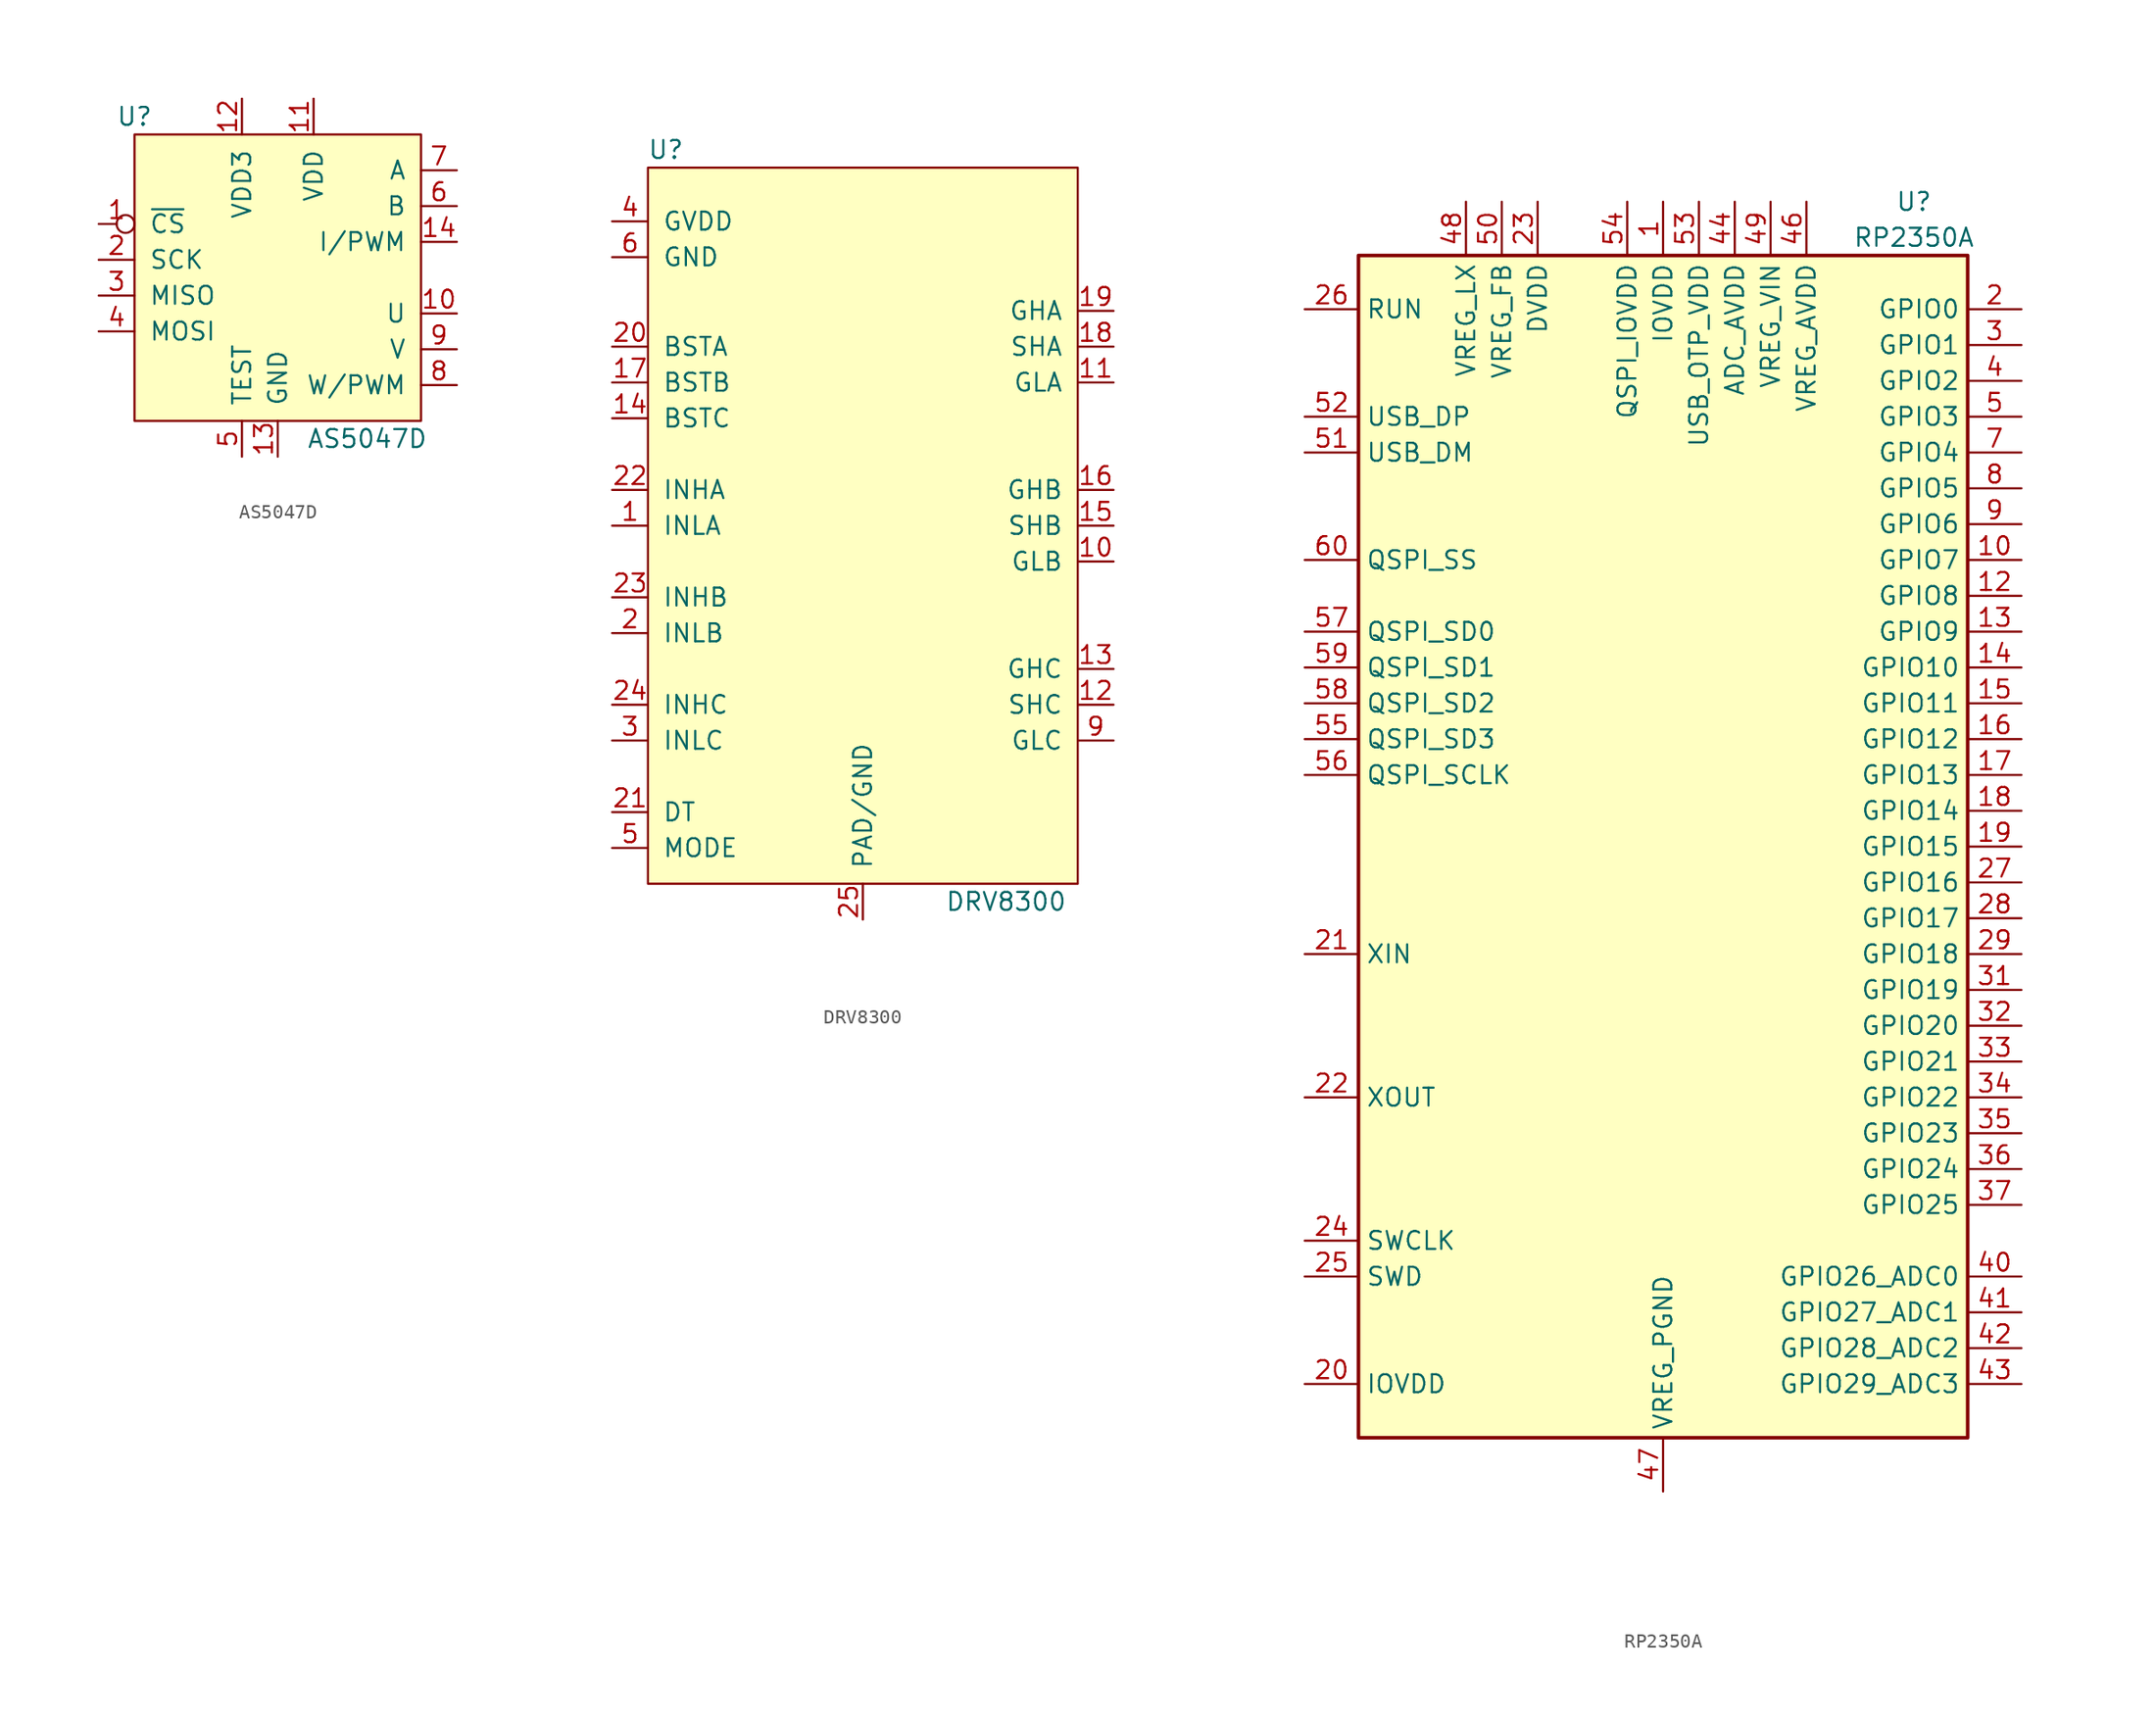
<source format=kicad_sym>
(kicad_symbol_lib
  (version 20231120)
  (generator "kicad_symbol_editor")
  (generator_version "8.0")
  (symbol "AS5047D"
    (pin_names
      (offset 1.016))
    (property "Reference" "U"
      (at -10.16 11.43 0)
      (effects (font (size 1.27 1.27))))
    (property "Value" "AS5047D"
      (at 6.35 -11.43 0)
      (effects (font (size 1.27 1.27))))
    (symbol "AS5047D_0_1"
      (rectangle (start -10.16 10.16) (end 10.16 -10.16) (stroke (width 0) (type default)) (fill (type background))))
    (symbol "AS5047D_1_1"
      (pin input inverted (at -12.7 3.81 0) (length 2.54) (name "~{CS}" (effects (font (size 1.27 1.27)))) (number "1" (effects (font (size 1.27 1.27)))))
      (pin output line (at 12.7 -2.54 180) (length 2.54) (name "U" (effects (font (size 1.27 1.27)))) (number "10" (effects (font (size 1.27 1.27)))))
      (pin power_in line (at 2.54 12.7 270) (length 2.54) (name "VDD" (effects (font (size 1.27 1.27)))) (number "11" (effects (font (size 1.27 1.27)))))
      (pin power_in line (at -2.54 12.7 270) (length 2.54) (name "VDD3" (effects (font (size 1.27 1.27)))) (number "12" (effects (font (size 1.27 1.27)))))
      (pin power_in line (at 0 -12.7 90) (length 2.54) (name "GND" (effects (font (size 1.27 1.27)))) (number "13" (effects (font (size 1.27 1.27)))))
      (pin output line (at 12.7 2.54 180) (length 2.54) (name "I/PWM" (effects (font (size 1.27 1.27)))) (number "14" (effects (font (size 1.27 1.27)))))
      (pin input line (at -12.7 1.27 0) (length 2.54) (name "SCK" (effects (font (size 1.27 1.27)))) (number "2" (effects (font (size 1.27 1.27)))))
      (pin output line (at -12.7 -1.27 0) (length 2.54) (name "MISO" (effects (font (size 1.27 1.27)))) (number "3" (effects (font (size 1.27 1.27)))))
      (pin input line (at -12.7 -3.81 0) (length 2.54) (name "MOSI" (effects (font (size 1.27 1.27)))) (number "4" (effects (font (size 1.27 1.27)))))
      (pin bidirectional line (at -2.54 -12.7 90) (length 2.54) (name "TEST" (effects (font (size 1.27 1.27)))) (number "5" (effects (font (size 1.27 1.27)))))
      (pin output line (at 12.7 5.08 180) (length 2.54) (name "B" (effects (font (size 1.27 1.27)))) (number "6" (effects (font (size 1.27 1.27)))))
      (pin output line (at 12.7 7.62 180) (length 2.54) (name "A" (effects (font (size 1.27 1.27)))) (number "7" (effects (font (size 1.27 1.27)))))
      (pin input line (at 12.7 -7.62 180) (length 2.54) (name "W/PWM" (effects (font (size 1.27 1.27)))) (number "8" (effects (font (size 1.27 1.27)))))
      (pin output line (at 12.7 -5.08 180) (length 2.54) (name "V" (effects (font (size 1.27 1.27)))) (number "9" (effects (font (size 1.27 1.27)))))))
  (symbol "DRV8300"
    (pin_names
      (offset 1.016))
    (property "Reference" "U"
      (at -13.97 26.67 0)
      (effects (font (size 1.27 1.27))))
    (property "Value" "DRV8300"
      (at 10.16 -26.67 0)
      (effects (font (size 1.27 1.27))))
    (symbol "DRV8300_0_0"
      (pin input line (at -17.78 0 0) (length 2.54) (name "INLA" (effects (font (size 1.27 1.27)))) (number "1" (effects (font (size 1.27 1.27)))))
      (pin power_out line (at 17.78 -2.54 180) (length 2.54) (name "GLB" (effects (font (size 1.27 1.27)))) (number "10" (effects (font (size 1.27 1.27)))))
      (pin power_out line (at 17.78 10.16 180) (length 2.54) (name "GLA" (effects (font (size 1.27 1.27)))) (number "11" (effects (font (size 1.27 1.27)))))
      (pin input line (at 17.78 -12.7 180) (length 2.54) (name "SHC" (effects (font (size 1.27 1.27)))) (number "12" (effects (font (size 1.27 1.27)))))
      (pin power_out line (at 17.78 -10.16 180) (length 2.54) (name "GHC" (effects (font (size 1.27 1.27)))) (number "13" (effects (font (size 1.27 1.27)))))
      (pin power_out line (at -17.78 7.62 0) (length 2.54) (name "BSTC" (effects (font (size 1.27 1.27)))) (number "14" (effects (font (size 1.27 1.27)))))
      (pin input line (at 17.78 0 180) (length 2.54) (name "SHB" (effects (font (size 1.27 1.27)))) (number "15" (effects (font (size 1.27 1.27)))))
      (pin power_out line (at 17.78 2.54 180) (length 2.54) (name "GHB" (effects (font (size 1.27 1.27)))) (number "16" (effects (font (size 1.27 1.27)))))
      (pin power_out line (at -17.78 10.16 0) (length 2.54) (name "BSTB" (effects (font (size 1.27 1.27)))) (number "17" (effects (font (size 1.27 1.27)))))
      (pin input line (at 17.78 12.7 180) (length 2.54) (name "SHA" (effects (font (size 1.27 1.27)))) (number "18" (effects (font (size 1.27 1.27)))))
      (pin power_out line (at 17.78 15.24 180) (length 2.54) (name "GHA" (effects (font (size 1.27 1.27)))) (number "19" (effects (font (size 1.27 1.27)))))
      (pin input line (at -17.78 -7.62 0) (length 2.54) (name "INLB" (effects (font (size 1.27 1.27)))) (number "2" (effects (font (size 1.27 1.27)))))
      (pin power_out line (at -17.78 12.7 0) (length 2.54) (name "BSTA" (effects (font (size 1.27 1.27)))) (number "20" (effects (font (size 1.27 1.27)))))
      (pin input line (at -17.78 -20.32 0) (length 2.54) (name "DT" (effects (font (size 1.27 1.27)))) (number "21" (effects (font (size 1.27 1.27)))))
      (pin input line (at -17.78 2.54 0) (length 2.54) (name "INHA" (effects (font (size 1.27 1.27)))) (number "22" (effects (font (size 1.27 1.27)))))
      (pin input line (at -17.78 -5.08 0) (length 2.54) (name "INHB" (effects (font (size 1.27 1.27)))) (number "23" (effects (font (size 1.27 1.27)))))
      (pin input line (at -17.78 -12.7 0) (length 2.54) (name "INHC" (effects (font (size 1.27 1.27)))) (number "24" (effects (font (size 1.27 1.27)))))
      (pin power_in line (at 0 -27.94 90) (length 2.54) (name "PAD/GND" (effects (font (size 1.27 1.27)))) (number "25" (effects (font (size 1.27 1.27)))))
      (pin input line (at -17.78 -15.24 0) (length 2.54) (name "INLC" (effects (font (size 1.27 1.27)))) (number "3" (effects (font (size 1.27 1.27)))))
      (pin power_out line (at -17.78 21.59 0) (length 2.54) (name "GVDD" (effects (font (size 1.27 1.27)))) (number "4" (effects (font (size 1.27 1.27)))))
      (pin input line (at -17.78 -22.86 0) (length 2.54) (name "MODE" (effects (font (size 1.27 1.27)))) (number "5" (effects (font (size 1.27 1.27)))))
      (pin power_in line (at -17.78 19.05 0) (length 2.54) (name "GND" (effects (font (size 1.27 1.27)))) (number "6" (effects (font (size 1.27 1.27)))))
      (pin no_connect line (at -8.89 -25.4 270) (length 2.54) hide (name "NC" (effects (font (size 1.27 1.27)))) (number "7" (effects (font (size 1.27 1.27)))))
      (pin no_connect line (at -6.35 -25.4 270) (length 2.54) hide (name "NC" (effects (font (size 1.27 1.27)))) (number "8" (effects (font (size 1.27 1.27)))))
      (pin power_out line (at 17.78 -15.24 180) (length 2.54) (name "GLC" (effects (font (size 1.27 1.27)))) (number "9" (effects (font (size 1.27 1.27))))))
    (symbol "DRV8300_0_1"
      (rectangle (start -15.24 25.4) (end 15.24 -25.4) (stroke (width 0) (type default)) (fill (type background)))))
  (symbol "RP2350A"
    (property "Reference" "U"
      (at 17.78 45.72 0)
      (effects (font (size 1.27 1.27))))
    (property "Value" "RP2350A"
      (at 17.78 43.18 0)
      (effects (font (size 1.27 1.27))))
    (symbol "RP2350A_0_1"
      (rectangle (start -21.59 41.91) (end 21.59 -41.91) (stroke (width 0.254) (type default)) (fill (type background))))
    (symbol "RP2350A_1_1"
      (pin power_in line (at 0 45.72 270) (length 3.81) (name "IOVDD" (effects (font (size 1.27 1.27)))) (number "1" (effects (font (size 1.27 1.27)))))
      (pin bidirectional line (at 25.4 20.32 180) (length 3.81) (name "GPIO7" (effects (font (size 1.27 1.27)))) (number "10" (effects (font (size 1.27 1.27)))))
      (pin passive line (at 0 45.72 270) (length 3.81) hide (name "IOVDD" (effects (font (size 1.27 1.27)))) (number "11" (effects (font (size 1.27 1.27)))))
      (pin bidirectional line (at 25.4 17.78 180) (length 3.81) (name "GPIO8" (effects (font (size 1.27 1.27)))) (number "12" (effects (font (size 1.27 1.27)))))
      (pin bidirectional line (at 25.4 15.24 180) (length 3.81) (name "GPIO9" (effects (font (size 1.27 1.27)))) (number "13" (effects (font (size 1.27 1.27)))))
      (pin bidirectional line (at 25.4 12.7 180) (length 3.81) (name "GPIO10" (effects (font (size 1.27 1.27)))) (number "14" (effects (font (size 1.27 1.27)))))
      (pin bidirectional line (at 25.4 10.16 180) (length 3.81) (name "GPIO11" (effects (font (size 1.27 1.27)))) (number "15" (effects (font (size 1.27 1.27)))))
      (pin bidirectional line (at 25.4 7.62 180) (length 3.81) (name "GPIO12" (effects (font (size 1.27 1.27)))) (number "16" (effects (font (size 1.27 1.27)))))
      (pin bidirectional line (at 25.4 5.08 180) (length 3.81) (name "GPIO13" (effects (font (size 1.27 1.27)))) (number "17" (effects (font (size 1.27 1.27)))))
      (pin bidirectional line (at 25.4 2.54 180) (length 3.81) (name "GPIO14" (effects (font (size 1.27 1.27)))) (number "18" (effects (font (size 1.27 1.27)))))
      (pin bidirectional line (at 25.4 0 180) (length 3.81) (name "GPIO15" (effects (font (size 1.27 1.27)))) (number "19" (effects (font (size 1.27 1.27)))))
      (pin bidirectional line (at 25.4 38.1 180) (length 3.81) (name "GPIO0" (effects (font (size 1.27 1.27)))) (number "2" (effects (font (size 1.27 1.27)))))
      (pin passive line (at -25.4 -38.1 0) (length 3.81) (name "IOVDD" (effects (font (size 1.27 1.27)))) (number "20" (effects (font (size 1.27 1.27)))))
      (pin input line (at -25.4 -7.62 0) (length 3.81) (name "XIN" (effects (font (size 1.27 1.27)))) (number "21" (effects (font (size 1.27 1.27)))))
      (pin passive line (at -25.4 -17.78 0) (length 3.81) (name "XOUT" (effects (font (size 1.27 1.27)))) (number "22" (effects (font (size 1.27 1.27)))))
      (pin power_in line (at -8.89 45.72 270) (length 3.81) (name "DVDD" (effects (font (size 1.27 1.27)))) (number "23" (effects (font (size 1.27 1.27)))))
      (pin input line (at -25.4 -27.94 0) (length 3.81) (name "SWCLK" (effects (font (size 1.27 1.27)))) (number "24" (effects (font (size 1.27 1.27)))))
      (pin bidirectional line (at -25.4 -30.48 0) (length 3.81) (name "SWD" (effects (font (size 1.27 1.27)))) (number "25" (effects (font (size 1.27 1.27)))))
      (pin input line (at -25.4 38.1 0) (length 3.81) (name "RUN" (effects (font (size 1.27 1.27)))) (number "26" (effects (font (size 1.27 1.27)))))
      (pin bidirectional line (at 25.4 -2.54 180) (length 3.81) (name "GPIO16" (effects (font (size 1.27 1.27)))) (number "27" (effects (font (size 1.27 1.27)))))
      (pin bidirectional line (at 25.4 -5.08 180) (length 3.81) (name "GPIO17" (effects (font (size 1.27 1.27)))) (number "28" (effects (font (size 1.27 1.27)))))
      (pin bidirectional line (at 25.4 -7.62 180) (length 3.81) (name "GPIO18" (effects (font (size 1.27 1.27)))) (number "29" (effects (font (size 1.27 1.27)))))
      (pin bidirectional line (at 25.4 35.56 180) (length 3.81) (name "GPIO1" (effects (font (size 1.27 1.27)))) (number "3" (effects (font (size 1.27 1.27)))))
      (pin passive line (at 0 45.72 270) (length 3.81) hide (name "IOVDD" (effects (font (size 1.27 1.27)))) (number "30" (effects (font (size 1.27 1.27)))))
      (pin bidirectional line (at 25.4 -10.16 180) (length 3.81) (name "GPIO19" (effects (font (size 1.27 1.27)))) (number "31" (effects (font (size 1.27 1.27)))))
      (pin bidirectional line (at 25.4 -12.7 180) (length 3.81) (name "GPIO20" (effects (font (size 1.27 1.27)))) (number "32" (effects (font (size 1.27 1.27)))))
      (pin bidirectional line (at 25.4 -15.24 180) (length 3.81) (name "GPIO21" (effects (font (size 1.27 1.27)))) (number "33" (effects (font (size 1.27 1.27)))))
      (pin bidirectional line (at 25.4 -17.78 180) (length 3.81) (name "GPIO22" (effects (font (size 1.27 1.27)))) (number "34" (effects (font (size 1.27 1.27)))))
      (pin bidirectional line (at 25.4 -20.32 180) (length 3.81) (name "GPIO23" (effects (font (size 1.27 1.27)))) (number "35" (effects (font (size 1.27 1.27)))))
      (pin bidirectional line (at 25.4 -22.86 180) (length 3.81) (name "GPIO24" (effects (font (size 1.27 1.27)))) (number "36" (effects (font (size 1.27 1.27)))))
      (pin bidirectional line (at 25.4 -25.4 180) (length 3.81) (name "GPIO25" (effects (font (size 1.27 1.27)))) (number "37" (effects (font (size 1.27 1.27)))))
      (pin passive line (at 0 45.72 270) (length 3.81) hide (name "IOVDD" (effects (font (size 1.27 1.27)))) (number "38" (effects (font (size 1.27 1.27)))))
      (pin passive line (at -8.89 45.72 270) (length 3.81) hide (name "DVDD" (effects (font (size 1.27 1.27)))) (number "39" (effects (font (size 1.27 1.27)))))
      (pin bidirectional line (at 25.4 33.02 180) (length 3.81) (name "GPIO2" (effects (font (size 1.27 1.27)))) (number "4" (effects (font (size 1.27 1.27)))))
      (pin bidirectional line (at 25.4 -30.48 180) (length 3.81) (name "GPIO26_ADC0" (effects (font (size 1.27 1.27)))) (number "40" (effects (font (size 1.27 1.27)))))
      (pin bidirectional line (at 25.4 -33.02 180) (length 3.81) (name "GPIO27_ADC1" (effects (font (size 1.27 1.27)))) (number "41" (effects (font (size 1.27 1.27)))))
      (pin bidirectional line (at 25.4 -35.56 180) (length 3.81) (name "GPIO28_ADC2" (effects (font (size 1.27 1.27)))) (number "42" (effects (font (size 1.27 1.27)))))
      (pin bidirectional line (at 25.4 -38.1 180) (length 3.81) (name "GPIO29_ADC3" (effects (font (size 1.27 1.27)))) (number "43" (effects (font (size 1.27 1.27)))))
      (pin power_in line (at 5.08 45.72 270) (length 3.81) (name "ADC_AVDD" (effects (font (size 1.27 1.27)))) (number "44" (effects (font (size 1.27 1.27)))))
      (pin passive line (at 0 45.72 270) (length 3.81) hide (name "IOVDD" (effects (font (size 1.27 1.27)))) (number "45" (effects (font (size 1.27 1.27)))))
      (pin power_in line (at 10.16 45.72 270) (length 3.81) (name "VREG_AVDD" (effects (font (size 1.27 1.27)))) (number "46" (effects (font (size 1.27 1.27)))))
      (pin power_in line (at 0 -45.72 90) (length 3.81) (name "VREG_PGND" (effects (font (size 1.27 1.27)))) (number "47" (effects (font (size 1.27 1.27)))))
      (pin power_out line (at -13.97 45.72 270) (length 3.81) (name "VREG_LX" (effects (font (size 1.27 1.27)))) (number "48" (effects (font (size 1.27 1.27)))))
      (pin power_in line (at 7.62 45.72 270) (length 3.81) (name "VREG_VIN" (effects (font (size 1.27 1.27)))) (number "49" (effects (font (size 1.27 1.27)))))
      (pin bidirectional line (at 25.4 30.48 180) (length 3.81) (name "GPIO3" (effects (font (size 1.27 1.27)))) (number "5" (effects (font (size 1.27 1.27)))))
      (pin passive line (at -11.43 45.72 270) (length 3.81) (name "VREG_FB" (effects (font (size 1.27 1.27)))) (number "50" (effects (font (size 1.27 1.27)))))
      (pin bidirectional line (at -25.4 27.94 0) (length 3.81) (name "USB_DM" (effects (font (size 1.27 1.27)))) (number "51" (effects (font (size 1.27 1.27)))))
      (pin bidirectional line (at -25.4 30.48 0) (length 3.81) (name "USB_DP" (effects (font (size 1.27 1.27)))) (number "52" (effects (font (size 1.27 1.27)))))
      (pin power_in line (at 2.54 45.72 270) (length 3.81) (name "USB_OTP_VDD" (effects (font (size 1.27 1.27)))) (number "53" (effects (font (size 1.27 1.27)))))
      (pin power_in line (at -2.54 45.72 270) (length 3.81) (name "QSPI_IOVDD" (effects (font (size 1.27 1.27)))) (number "54" (effects (font (size 1.27 1.27)))))
      (pin bidirectional line (at -25.4 7.62 0) (length 3.81) (name "QSPI_SD3" (effects (font (size 1.27 1.27)))) (number "55" (effects (font (size 1.27 1.27)))))
      (pin output line (at -25.4 5.08 0) (length 3.81) (name "QSPI_SCLK" (effects (font (size 1.27 1.27)))) (number "56" (effects (font (size 1.27 1.27)))))
      (pin bidirectional line (at -25.4 15.24 0) (length 3.81) (name "QSPI_SD0" (effects (font (size 1.27 1.27)))) (number "57" (effects (font (size 1.27 1.27)))))
      (pin bidirectional line (at -25.4 10.16 0) (length 3.81) (name "QSPI_SD2" (effects (font (size 1.27 1.27)))) (number "58" (effects (font (size 1.27 1.27)))))
      (pin bidirectional line (at -25.4 12.7 0) (length 3.81) (name "QSPI_SD1" (effects (font (size 1.27 1.27)))) (number "59" (effects (font (size 1.27 1.27)))))
      (pin passive line (at 0 45.72 270) (length 3.81) hide (name "IOVDD" (effects (font (size 1.27 1.27)))) (number "6" (effects (font (size 1.27 1.27)))))
      (pin bidirectional line (at -25.4 20.32 0) (length 3.81) (name "QSPI_SS" (effects (font (size 1.27 1.27)))) (number "60" (effects (font (size 1.27 1.27)))))
      (pin bidirectional line (at 25.4 27.94 180) (length 3.81) (name "GPIO4" (effects (font (size 1.27 1.27)))) (number "7" (effects (font (size 1.27 1.27)))))
      (pin bidirectional line (at 25.4 25.4 180) (length 3.81) (name "GPIO5" (effects (font (size 1.27 1.27)))) (number "8" (effects (font (size 1.27 1.27)))))
      (pin bidirectional line (at 25.4 22.86 180) (length 3.81) (name "GPIO6" (effects (font (size 1.27 1.27)))) (number "9" (effects (font (size 1.27 1.27)))))
      (pin power_in line (at 0 -45.72 90) (length 3.81) hide (name "GND" (effects (font (size 1.27 1.27)))) (number "EP" (effects (font (size 1.27 1.27))))))))
</source>
